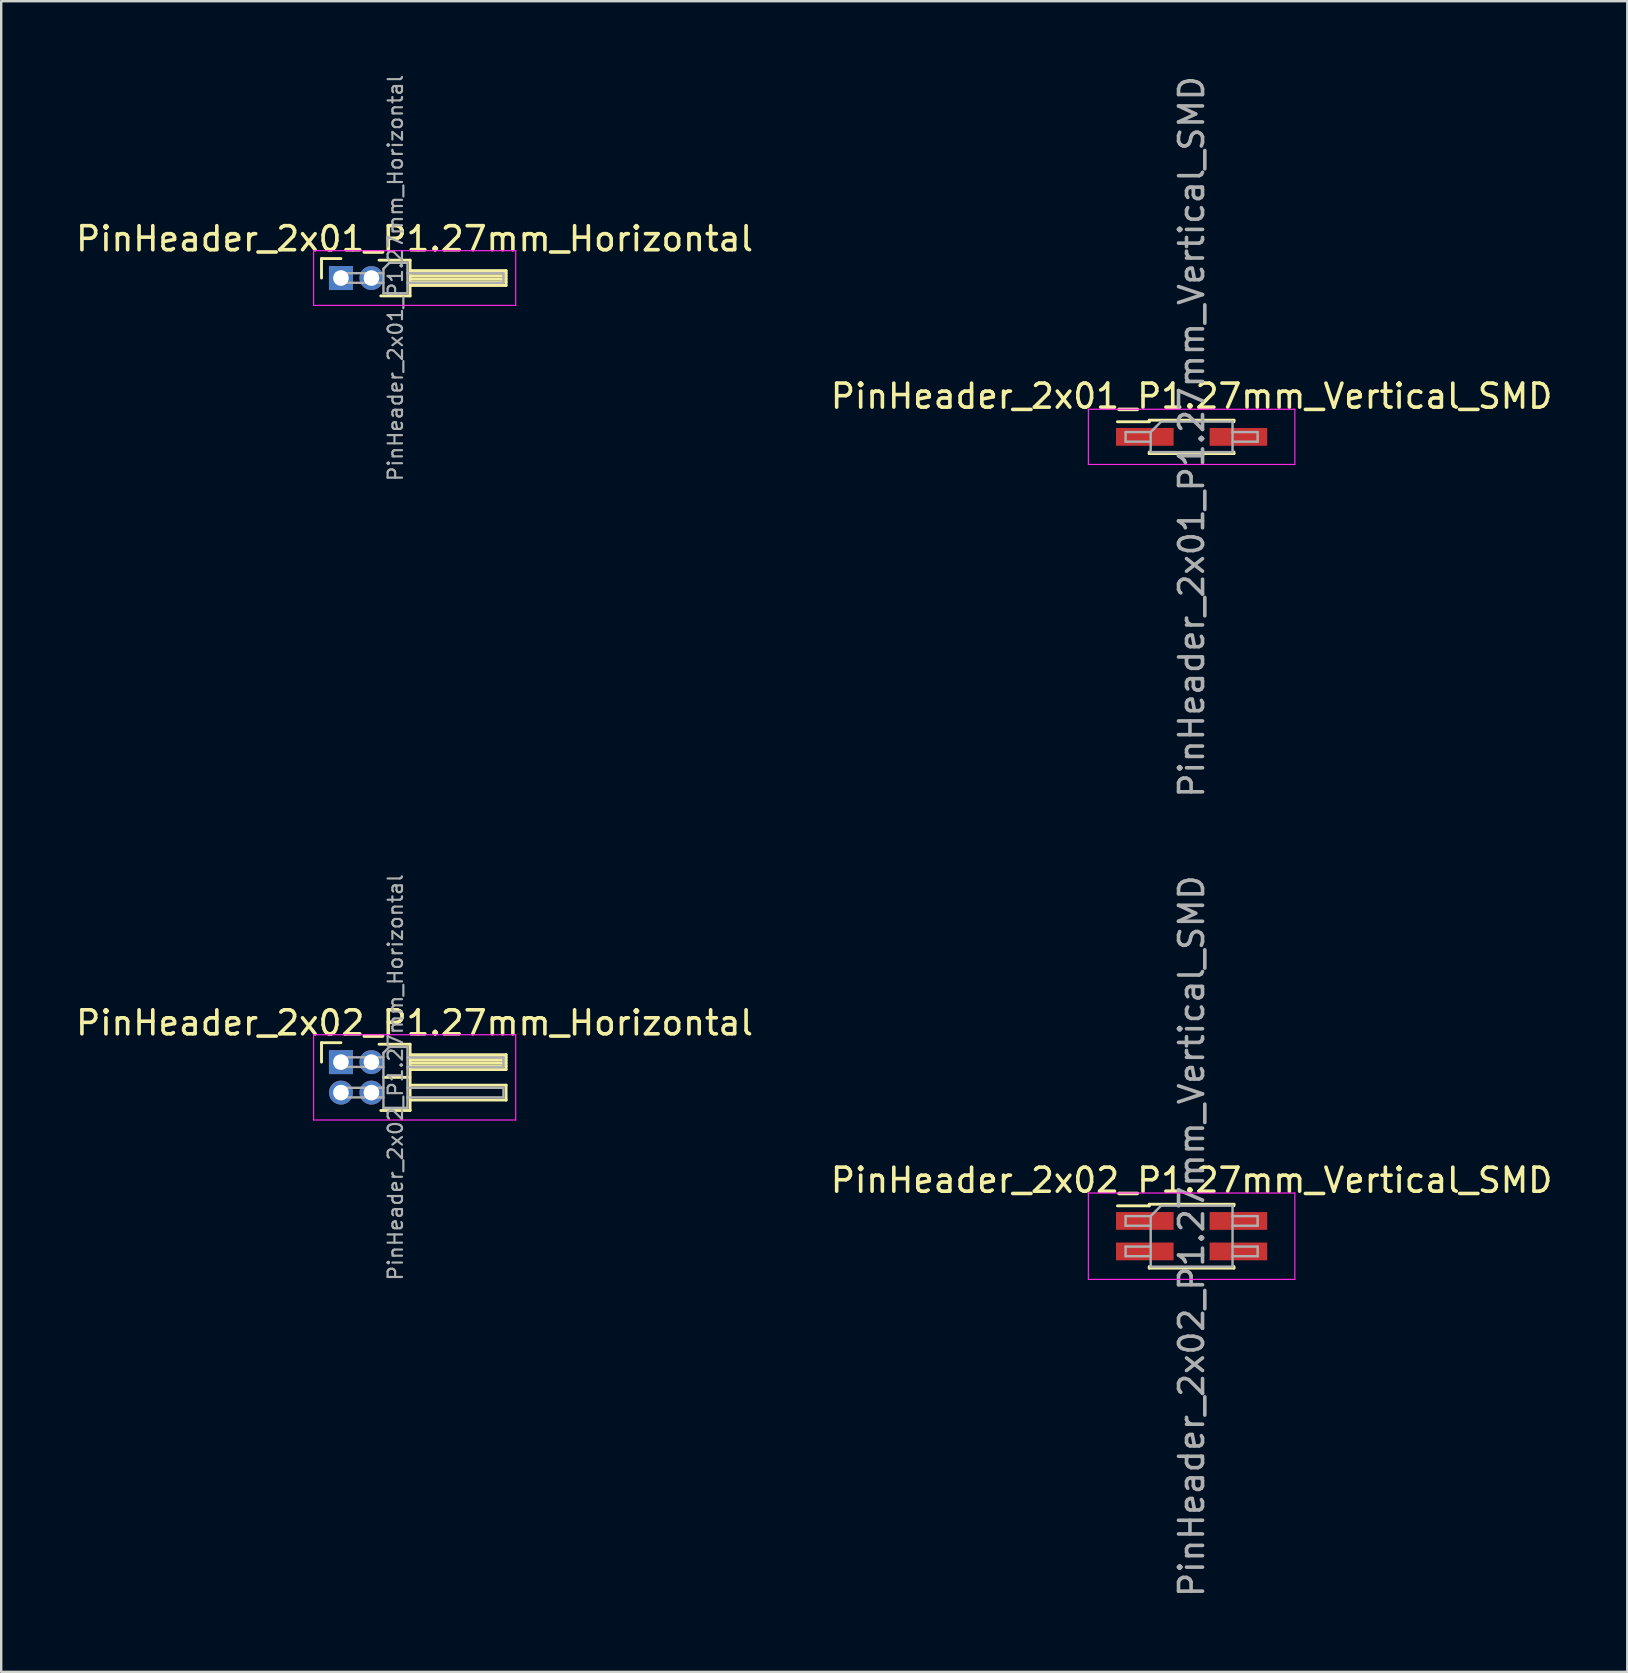
<source format=kicad_pcb>
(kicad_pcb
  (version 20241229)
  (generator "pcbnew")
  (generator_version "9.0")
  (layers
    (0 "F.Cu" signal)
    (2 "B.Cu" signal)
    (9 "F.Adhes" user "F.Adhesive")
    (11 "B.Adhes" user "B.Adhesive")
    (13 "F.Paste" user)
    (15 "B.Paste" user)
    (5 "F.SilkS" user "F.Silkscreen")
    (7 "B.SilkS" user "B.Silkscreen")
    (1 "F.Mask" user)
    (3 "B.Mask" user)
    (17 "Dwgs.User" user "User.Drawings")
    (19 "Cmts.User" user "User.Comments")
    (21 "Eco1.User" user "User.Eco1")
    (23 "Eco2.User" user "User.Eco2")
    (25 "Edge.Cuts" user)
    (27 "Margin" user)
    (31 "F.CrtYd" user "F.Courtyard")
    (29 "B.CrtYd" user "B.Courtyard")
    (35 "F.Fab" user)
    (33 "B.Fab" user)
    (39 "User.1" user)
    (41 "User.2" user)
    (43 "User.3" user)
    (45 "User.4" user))
  (footprint "PinHeader_2x01_P1.27mm_Horizontal"
    (layer "F.Cu")
    (at 11.153 8.532)
    (property "Reference" "PinHeader_2x01_P1.27mm_Horizontal" (at 3.067 -1.635 0) (layer "F.SilkS") (effects (font (size 1 1) (thickness 0.15))))
    (attr through_hole)
    (fp_line (start -0.81 -0.81) (end 0 -0.81) (stroke (width 0.12) (type solid)) (layer "F.SilkS"))
    (fp_line (start -0.81 0) (end -0.81 -0.81) (stroke (width 0.12) (type solid)) (layer "F.SilkS"))
    (fp_line (start 1.588 -0.745) (end 2.88 -0.745) (stroke (width 0.12) (type solid)) (layer "F.SilkS"))
    (fp_line (start 2.88 -0.745) (end 2.88 0.745) (stroke (width 0.12) (type solid)) (layer "F.SilkS"))
    (fp_line (start 2.88 -0.31) (end 6.88 -0.31) (stroke (width 0.12) (type solid)) (layer "F.SilkS"))
    (fp_line (start 2.88 -0.2) (end 6.88 -0.2) (stroke (width 0.12) (type solid)) (layer "F.SilkS"))
    (fp_line (start 2.88 -0.08) (end 6.88 -0.08) (stroke (width 0.12) (type solid)) (layer "F.SilkS"))
    (fp_line (start 2.88 0.04) (end 6.88 0.04) (stroke (width 0.12) (type solid)) (layer "F.SilkS"))
    (fp_line (start 2.88 0.16) (end 6.88 0.16) (stroke (width 0.12) (type solid)) (layer "F.SilkS"))
    (fp_line (start 2.88 0.745) (end 1.66 0.745) (stroke (width 0.12) (type solid)) (layer "F.SilkS"))
    (fp_line (start 6.88 -0.31) (end 6.88 0.31) (stroke (width 0.12) (type solid)) (layer "F.SilkS"))
    (fp_line (start 6.88 0.31) (end 2.88 0.31) (stroke (width 0.12) (type solid)) (layer "F.SilkS"))
    (fp_line (start -1.14 -1.14) (end -1.14 1.14) (stroke (width 0.05) (type solid)) (layer "F.CrtYd"))
    (fp_line (start -1.14 1.14) (end 7.28 1.14) (stroke (width 0.05) (type solid)) (layer "F.CrtYd"))
    (fp_line (start 7.28 -1.14) (end -1.14 -1.14) (stroke (width 0.05) (type solid)) (layer "F.CrtYd"))
    (fp_line (start 7.28 1.14) (end 7.28 -1.14) (stroke (width 0.05) (type solid)) (layer "F.CrtYd"))
    (fp_line (start -0.2 -0.2) (end -0.2 0.2) (stroke (width 0.1) (type solid)) (layer "F.Fab"))
    (fp_line (start -0.2 -0.2) (end 1.77 -0.2) (stroke (width 0.1) (type solid)) (layer "F.Fab"))
    (fp_line (start -0.2 0.2) (end 1.77 0.2) (stroke (width 0.1) (type solid)) (layer "F.Fab"))
    (fp_line (start 1.77 -0.385) (end 2.02 -0.635) (stroke (width 0.1) (type solid)) (layer "F.Fab"))
    (fp_line (start 1.77 0.635) (end 1.77 -0.385) (stroke (width 0.1) (type solid)) (layer "F.Fab"))
    (fp_line (start 2.02 -0.635) (end 2.77 -0.635) (stroke (width 0.1) (type solid)) (layer "F.Fab"))
    (fp_line (start 2.77 -0.635) (end 2.77 0.635) (stroke (width 0.1) (type solid)) (layer "F.Fab"))
    (fp_line (start 2.77 -0.2) (end 6.77 -0.2) (stroke (width 0.1) (type solid)) (layer "F.Fab"))
    (fp_line (start 2.77 0.2) (end 6.77 0.2) (stroke (width 0.1) (type solid)) (layer "F.Fab"))
    (fp_line (start 2.77 0.635) (end 1.77 0.635) (stroke (width 0.1) (type solid)) (layer "F.Fab"))
    (fp_line (start 6.77 -0.2) (end 6.77 0.2) (stroke (width 0.1) (type solid)) (layer "F.Fab"))
    (fp_text user "${REFERENCE}" (at 2.27 0 90) (layer "F.Fab") (effects (font (size 0.6 0.6) (thickness 0.09))))
    (pad "1" thru_hole rect (at 0 0) (size 1 1) (drill 0.65) (layers "*.Cu" "*.Mask"))
    (pad "2" thru_hole circle (at 1.27 0) (size 1 1) (drill 0.65) (layers "*.Cu" "*.Mask")))
  (footprint "PinHeader_2x01_P1.27mm_Vertical_SMD"
    (layer "F.Cu")
    (at 46.589 15.149)
    (property "Reference" "PinHeader_2x01_P1.27mm_Vertical_SMD" (at 0 -1.695 0) (layer "F.SilkS") (effects (font (size 1 1) (thickness 0.15))))
    (attr smd)
    (fp_line (start -3.09 -0.63) (end -1.765 -0.63) (stroke (width 0.12) (type solid)) (layer "F.SilkS"))
    (fp_line (start -1.765 -0.695) (end -1.765 -0.63) (stroke (width 0.12) (type solid)) (layer "F.SilkS"))
    (fp_line (start -1.765 -0.695) (end 1.765 -0.695) (stroke (width 0.12) (type solid)) (layer "F.SilkS"))
    (fp_line (start -1.765 0.63) (end -1.765 0.695) (stroke (width 0.12) (type solid)) (layer "F.SilkS"))
    (fp_line (start -1.765 0.695) (end 1.765 0.695) (stroke (width 0.12) (type solid)) (layer "F.SilkS"))
    (fp_line (start 1.765 -0.695) (end 1.765 -0.63) (stroke (width 0.12) (type solid)) (layer "F.SilkS"))
    (fp_line (start 1.765 0.63) (end 1.765 0.695) (stroke (width 0.12) (type solid)) (layer "F.SilkS"))
    (fp_line (start -4.3 -1.15) (end -4.3 1.15) (stroke (width 0.05) (type solid)) (layer "F.CrtYd"))
    (fp_line (start -4.3 1.15) (end 4.3 1.15) (stroke (width 0.05) (type solid)) (layer "F.CrtYd"))
    (fp_line (start 4.3 -1.15) (end -4.3 -1.15) (stroke (width 0.05) (type solid)) (layer "F.CrtYd"))
    (fp_line (start 4.3 1.15) (end 4.3 -1.15) (stroke (width 0.05) (type solid)) (layer "F.CrtYd"))
    (fp_line (start -2.75 -0.2) (end -2.75 0.2) (stroke (width 0.1) (type solid)) (layer "F.Fab"))
    (fp_line (start -2.75 0.2) (end -1.705 0.2) (stroke (width 0.1) (type solid)) (layer "F.Fab"))
    (fp_line (start -1.705 -0.2) (end -2.75 -0.2) (stroke (width 0.1) (type solid)) (layer "F.Fab"))
    (fp_line (start -1.705 -0.2) (end -1.27 -0.635) (stroke (width 0.1) (type solid)) (layer "F.Fab"))
    (fp_line (start -1.705 0.635) (end -1.705 -0.2) (stroke (width 0.1) (type solid)) (layer "F.Fab"))
    (fp_line (start -1.27 -0.635) (end 1.705 -0.635) (stroke (width 0.1) (type solid)) (layer "F.Fab"))
    (fp_line (start 1.705 -0.635) (end 1.705 0.635) (stroke (width 0.1) (type solid)) (layer "F.Fab"))
    (fp_line (start 1.705 -0.2) (end 2.75 -0.2) (stroke (width 0.1) (type solid)) (layer "F.Fab"))
    (fp_line (start 1.705 0.635) (end -1.705 0.635) (stroke (width 0.1) (type solid)) (layer "F.Fab"))
    (fp_line (start 2.75 -0.2) (end 2.75 0.2) (stroke (width 0.1) (type solid)) (layer "F.Fab"))
    (fp_line (start 2.75 0.2) (end 1.705 0.2) (stroke (width 0.1) (type solid)) (layer "F.Fab"))
    (fp_text user "${REFERENCE}" (at 0 0 90) (layer "F.Fab") (effects (font (size 1 1) (thickness 0.15))))
    (pad "1" smd rect (at -1.95 0) (size 2.4 0.74) (layers "F.Cu" "F.Mask" "F.Paste"))
    (pad "2" smd rect (at 1.95 0) (size 2.4 0.74) (layers "F.Cu" "F.Mask" "F.Paste")))
  (footprint "PinHeader_2x02_P1.27mm_Vertical_SMD"
    (layer "F.Cu")
    (at 46.589 48.446)
    (property "Reference" "PinHeader_2x02_P1.27mm_Vertical_SMD" (at 0 -2.33 0) (layer "F.SilkS") (effects (font (size 1 1) (thickness 0.15))))
    (attr smd)
    (fp_line (start -3.09 -1.265) (end -1.765 -1.265) (stroke (width 0.12) (type solid)) (layer "F.SilkS"))
    (fp_line (start -1.765 -1.33) (end -1.765 -1.265) (stroke (width 0.12) (type solid)) (layer "F.SilkS"))
    (fp_line (start -1.765 -1.33) (end 1.765 -1.33) (stroke (width 0.12) (type solid)) (layer "F.SilkS"))
    (fp_line (start -1.765 1.265) (end -1.765 1.33) (stroke (width 0.12) (type solid)) (layer "F.SilkS"))
    (fp_line (start -1.765 1.33) (end 1.765 1.33) (stroke (width 0.12) (type solid)) (layer "F.SilkS"))
    (fp_line (start 1.765 -1.33) (end 1.765 -1.265) (stroke (width 0.12) (type solid)) (layer "F.SilkS"))
    (fp_line (start 1.765 1.265) (end 1.765 1.33) (stroke (width 0.12) (type solid)) (layer "F.SilkS"))
    (fp_line (start -4.3 -1.8) (end -4.3 1.8) (stroke (width 0.05) (type solid)) (layer "F.CrtYd"))
    (fp_line (start -4.3 1.8) (end 4.3 1.8) (stroke (width 0.05) (type solid)) (layer "F.CrtYd"))
    (fp_line (start 4.3 -1.8) (end -4.3 -1.8) (stroke (width 0.05) (type solid)) (layer "F.CrtYd"))
    (fp_line (start 4.3 1.8) (end 4.3 -1.8) (stroke (width 0.05) (type solid)) (layer "F.CrtYd"))
    (fp_line (start -2.75 -0.835) (end -2.75 -0.435) (stroke (width 0.1) (type solid)) (layer "F.Fab"))
    (fp_line (start -2.75 -0.435) (end -1.705 -0.435) (stroke (width 0.1) (type solid)) (layer "F.Fab"))
    (fp_line (start -2.75 0.435) (end -2.75 0.835) (stroke (width 0.1) (type solid)) (layer "F.Fab"))
    (fp_line (start -2.75 0.835) (end -1.705 0.835) (stroke (width 0.1) (type solid)) (layer "F.Fab"))
    (fp_line (start -1.705 -0.835) (end -2.75 -0.835) (stroke (width 0.1) (type solid)) (layer "F.Fab"))
    (fp_line (start -1.705 -0.835) (end -1.27 -1.27) (stroke (width 0.1) (type solid)) (layer "F.Fab"))
    (fp_line (start -1.705 0.435) (end -2.75 0.435) (stroke (width 0.1) (type solid)) (layer "F.Fab"))
    (fp_line (start -1.705 1.27) (end -1.705 -0.835) (stroke (width 0.1) (type solid)) (layer "F.Fab"))
    (fp_line (start -1.27 -1.27) (end 1.705 -1.27) (stroke (width 0.1) (type solid)) (layer "F.Fab"))
    (fp_line (start 1.705 -1.27) (end 1.705 1.27) (stroke (width 0.1) (type solid)) (layer "F.Fab"))
    (fp_line (start 1.705 -0.835) (end 2.75 -0.835) (stroke (width 0.1) (type solid)) (layer "F.Fab"))
    (fp_line (start 1.705 0.435) (end 2.75 0.435) (stroke (width 0.1) (type solid)) (layer "F.Fab"))
    (fp_line (start 1.705 1.27) (end -1.705 1.27) (stroke (width 0.1) (type solid)) (layer "F.Fab"))
    (fp_line (start 2.75 -0.835) (end 2.75 -0.435) (stroke (width 0.1) (type solid)) (layer "F.Fab"))
    (fp_line (start 2.75 -0.435) (end 1.705 -0.435) (stroke (width 0.1) (type solid)) (layer "F.Fab"))
    (fp_line (start 2.75 0.435) (end 2.75 0.835) (stroke (width 0.1) (type solid)) (layer "F.Fab"))
    (fp_line (start 2.75 0.835) (end 1.705 0.835) (stroke (width 0.1) (type solid)) (layer "F.Fab"))
    (fp_text user "${REFERENCE}" (at 0 0 90) (layer "F.Fab") (effects (font (size 1 1) (thickness 0.15))))
    (pad "1" smd rect (at -1.95 -0.635) (size 2.4 0.74) (layers "F.Cu" "F.Mask" "F.Paste"))
    (pad "2" smd rect (at 1.95 -0.635) (size 2.4 0.74) (layers "F.Cu" "F.Mask" "F.Paste"))
    (pad "3" smd rect (at -1.95 0.635) (size 2.4 0.74) (layers "F.Cu" "F.Mask" "F.Paste"))
    (pad "4" smd rect (at 1.95 0.635) (size 2.4 0.74) (layers "F.Cu" "F.Mask" "F.Paste")))
  (footprint "PinHeader_2x02_P1.27mm_Horizontal"
    (layer "F.Cu")
    (at 11.153 41.195)
    (property "Reference" "PinHeader_2x02_P1.27mm_Horizontal" (at 3.067 -1.635 0) (layer "F.SilkS") (effects (font (size 1 1) (thickness 0.15))))
    (attr through_hole)
    (fp_line (start -0.81 -0.81) (end 0 -0.81) (stroke (width 0.12) (type solid)) (layer "F.SilkS"))
    (fp_line (start -0.81 0) (end -0.81 -0.81) (stroke (width 0.12) (type solid)) (layer "F.SilkS"))
    (fp_line (start 1.588 -0.745) (end 2.88 -0.745) (stroke (width 0.12) (type solid)) (layer "F.SilkS"))
    (fp_line (start 1.773 0.635) (end 2.88 0.635) (stroke (width 0.12) (type solid)) (layer "F.SilkS"))
    (fp_line (start 2.88 -0.745) (end 2.88 2.015) (stroke (width 0.12) (type solid)) (layer "F.SilkS"))
    (fp_line (start 2.88 -0.31) (end 6.88 -0.31) (stroke (width 0.12) (type solid)) (layer "F.SilkS"))
    (fp_line (start 2.88 -0.2) (end 6.88 -0.2) (stroke (width 0.12) (type solid)) (layer "F.SilkS"))
    (fp_line (start 2.88 -0.08) (end 6.88 -0.08) (stroke (width 0.12) (type solid)) (layer "F.SilkS"))
    (fp_line (start 2.88 0.04) (end 6.88 0.04) (stroke (width 0.12) (type solid)) (layer "F.SilkS"))
    (fp_line (start 2.88 0.16) (end 6.88 0.16) (stroke (width 0.12) (type solid)) (layer "F.SilkS"))
    (fp_line (start 2.88 0.96) (end 6.88 0.96) (stroke (width 0.12) (type solid)) (layer "F.SilkS"))
    (fp_line (start 2.88 2.015) (end 1.66 2.015) (stroke (width 0.12) (type solid)) (layer "F.SilkS"))
    (fp_line (start 6.88 -0.31) (end 6.88 0.31) (stroke (width 0.12) (type solid)) (layer "F.SilkS"))
    (fp_line (start 6.88 0.31) (end 2.88 0.31) (stroke (width 0.12) (type solid)) (layer "F.SilkS"))
    (fp_line (start 6.88 0.96) (end 6.88 1.58) (stroke (width 0.12) (type solid)) (layer "F.SilkS"))
    (fp_line (start 6.88 1.58) (end 2.88 1.58) (stroke (width 0.12) (type solid)) (layer "F.SilkS"))
    (fp_line (start -1.14 -1.14) (end -1.14 2.41) (stroke (width 0.05) (type solid)) (layer "F.CrtYd"))
    (fp_line (start -1.14 2.41) (end 7.28 2.41) (stroke (width 0.05) (type solid)) (layer "F.CrtYd"))
    (fp_line (start 7.28 -1.14) (end -1.14 -1.14) (stroke (width 0.05) (type solid)) (layer "F.CrtYd"))
    (fp_line (start 7.28 2.41) (end 7.28 -1.14) (stroke (width 0.05) (type solid)) (layer "F.CrtYd"))
    (fp_line (start -0.2 -0.2) (end -0.2 0.2) (stroke (width 0.1) (type solid)) (layer "F.Fab"))
    (fp_line (start -0.2 -0.2) (end 1.77 -0.2) (stroke (width 0.1) (type solid)) (layer "F.Fab"))
    (fp_line (start -0.2 0.2) (end 1.77 0.2) (stroke (width 0.1) (type solid)) (layer "F.Fab"))
    (fp_line (start -0.2 1.07) (end -0.2 1.47) (stroke (width 0.1) (type solid)) (layer "F.Fab"))
    (fp_line (start -0.2 1.07) (end 1.77 1.07) (stroke (width 0.1) (type solid)) (layer "F.Fab"))
    (fp_line (start -0.2 1.47) (end 1.77 1.47) (stroke (width 0.1) (type solid)) (layer "F.Fab"))
    (fp_line (start 1.77 -0.385) (end 2.02 -0.635) (stroke (width 0.1) (type solid)) (layer "F.Fab"))
    (fp_line (start 1.77 1.905) (end 1.77 -0.385) (stroke (width 0.1) (type solid)) (layer "F.Fab"))
    (fp_line (start 2.02 -0.635) (end 2.77 -0.635) (stroke (width 0.1) (type solid)) (layer "F.Fab"))
    (fp_line (start 2.77 -0.635) (end 2.77 1.905) (stroke (width 0.1) (type solid)) (layer "F.Fab"))
    (fp_line (start 2.77 -0.2) (end 6.77 -0.2) (stroke (width 0.1) (type solid)) (layer "F.Fab"))
    (fp_line (start 2.77 0.2) (end 6.77 0.2) (stroke (width 0.1) (type solid)) (layer "F.Fab"))
    (fp_line (start 2.77 1.07) (end 6.77 1.07) (stroke (width 0.1) (type solid)) (layer "F.Fab"))
    (fp_line (start 2.77 1.47) (end 6.77 1.47) (stroke (width 0.1) (type solid)) (layer "F.Fab"))
    (fp_line (start 2.77 1.905) (end 1.77 1.905) (stroke (width 0.1) (type solid)) (layer "F.Fab"))
    (fp_line (start 6.77 -0.2) (end 6.77 0.2) (stroke (width 0.1) (type solid)) (layer "F.Fab"))
    (fp_line (start 6.77 1.07) (end 6.77 1.47) (stroke (width 0.1) (type solid)) (layer "F.Fab"))
    (fp_text user "${REFERENCE}" (at 2.27 0.635 90) (layer "F.Fab") (effects (font (size 0.6 0.6) (thickness 0.09))))
    (pad "1" thru_hole rect (at 0 0) (size 1 1) (drill 0.65) (layers "*.Cu" "*.Mask"))
    (pad "2" thru_hole circle (at 1.27 0) (size 1 1) (drill 0.65) (layers "*.Cu" "*.Mask"))
    (pad "3" thru_hole circle (at 0 1.27) (size 1 1) (drill 0.65) (layers "*.Cu" "*.Mask"))
    (pad "4" thru_hole circle (at 1.27 1.27) (size 1 1) (drill 0.65) (layers "*.Cu" "*.Mask")))
  (gr_rect
    (start -3 -3)
    (end 64.738 66.595)
    (stroke (width 0.1) (type default))
    (fill no)
    (layer "Edge.Cuts")))
</source>
